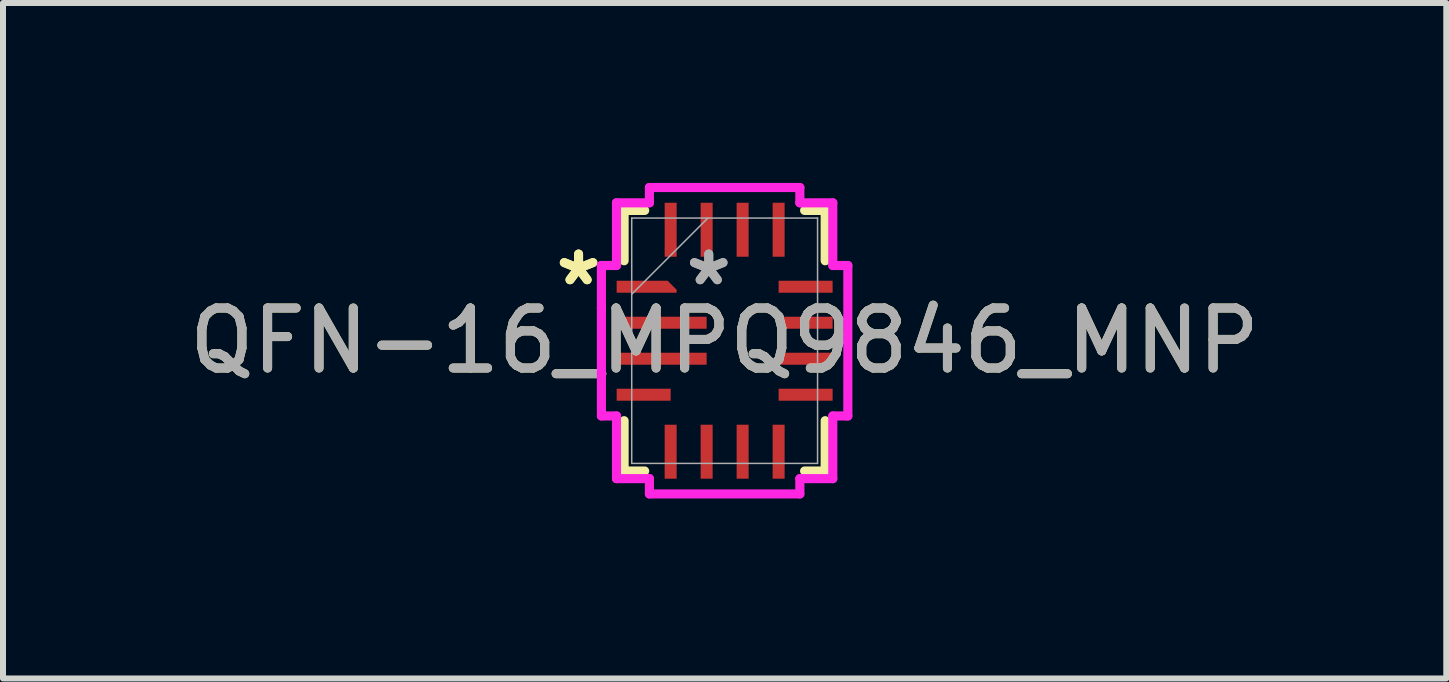
<source format=kicad_pcb>
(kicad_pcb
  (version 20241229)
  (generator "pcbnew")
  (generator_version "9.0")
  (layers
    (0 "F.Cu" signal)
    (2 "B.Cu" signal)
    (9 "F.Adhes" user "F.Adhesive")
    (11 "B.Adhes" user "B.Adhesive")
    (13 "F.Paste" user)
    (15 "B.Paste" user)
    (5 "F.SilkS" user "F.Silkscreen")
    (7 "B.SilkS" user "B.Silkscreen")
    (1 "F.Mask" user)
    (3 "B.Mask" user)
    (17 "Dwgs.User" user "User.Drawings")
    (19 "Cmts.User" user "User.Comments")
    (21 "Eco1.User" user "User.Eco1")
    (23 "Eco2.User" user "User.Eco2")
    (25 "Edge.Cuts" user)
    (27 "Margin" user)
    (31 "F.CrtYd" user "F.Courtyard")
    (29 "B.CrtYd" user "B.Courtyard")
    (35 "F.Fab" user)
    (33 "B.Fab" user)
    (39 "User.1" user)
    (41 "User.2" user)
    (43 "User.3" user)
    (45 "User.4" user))
  (footprint "QFN-16_MPQ9846_MNP"
    (layer "F.Cu")
    (at 9.03 2.63)
    (property "Reference" "QFN-16_MPQ9846_MNP" (at 0 0 0) (unlocked yes) (layer "F.SilkS") (effects (font (size 1 1) (thickness 0.15))))
    (attr smd)
    (fp_poly (pts (xy -1.8 -1) (xy -1.8 -0.8) (xy -0.8 -0.8) (xy -0.8 -0.85) (xy -0.95 -1)) (stroke (width 0) (type solid)) (fill yes) (layer "F.Cu"))
    (fp_poly (pts (xy -1.8 -1) (xy -1.8 -0.8) (xy -0.8 -0.8) (xy -0.8 -0.85) (xy -0.95 -1)) (stroke (width 0) (type solid)) (fill yes) (layer "F.Mask"))
    (fp_line (start -1.676 -2.172) (end -1.333 -2.172) (stroke (width 0.152) (type solid)) (layer "F.SilkS"))
    (fp_line (start -1.676 -1.333) (end -1.676 -2.172) (stroke (width 0.152) (type solid)) (layer "F.SilkS"))
    (fp_line (start -1.676 2.172) (end -1.676 1.333) (stroke (width 0.152) (type solid)) (layer "F.SilkS"))
    (fp_line (start -1.333 2.172) (end -1.676 2.172) (stroke (width 0.152) (type solid)) (layer "F.SilkS"))
    (fp_line (start 1.333 -2.172) (end 1.676 -2.172) (stroke (width 0.152) (type solid)) (layer "F.SilkS"))
    (fp_line (start 1.676 -2.172) (end 1.676 -1.333) (stroke (width 0.152) (type solid)) (layer "F.SilkS"))
    (fp_line (start 1.676 1.333) (end 1.676 2.172) (stroke (width 0.152) (type solid)) (layer "F.SilkS"))
    (fp_line (start 1.676 2.172) (end 1.333 2.172) (stroke (width 0.152) (type solid)) (layer "F.SilkS"))
    (fp_poly (pts (xy -1.8 -1) (xy -1.8 -0.8) (xy -0.8 -0.8) (xy -0.8 -0.85) (xy -0.95 -1)) (stroke (width 0) (type solid)) (fill yes) (layer "F.Paste"))
    (fp_line (start -2.054 -1.254) (end -2.054 -0.546) (stroke (width 0.152) (type solid)) (layer "F.CrtYd"))
    (fp_line (start -2.054 -0.546) (end -2.054 -0.546) (stroke (width 0.152) (type solid)) (layer "F.CrtYd"))
    (fp_line (start -2.054 -0.546) (end -2.054 0.546) (stroke (width 0.152) (type solid)) (layer "F.CrtYd"))
    (fp_line (start -2.054 0.546) (end -2.054 0.546) (stroke (width 0.152) (type solid)) (layer "F.CrtYd"))
    (fp_line (start -2.054 0.546) (end -2.054 1.254) (stroke (width 0.152) (type solid)) (layer "F.CrtYd"))
    (fp_line (start -2.054 1.254) (end -1.803 1.254) (stroke (width 0.152) (type solid)) (layer "F.CrtYd"))
    (fp_line (start -1.803 -2.299) (end -1.803 -1.254) (stroke (width 0.152) (type solid)) (layer "F.CrtYd"))
    (fp_line (start -1.803 -1.254) (end -2.054 -1.254) (stroke (width 0.152) (type solid)) (layer "F.CrtYd"))
    (fp_line (start -1.803 1.254) (end -1.803 2.299) (stroke (width 0.152) (type solid)) (layer "F.CrtYd"))
    (fp_line (start -1.803 2.299) (end -1.254 2.299) (stroke (width 0.152) (type solid)) (layer "F.CrtYd"))
    (fp_line (start -1.254 -2.554) (end -1.254 -2.299) (stroke (width 0.152) (type solid)) (layer "F.CrtYd"))
    (fp_line (start -1.254 -2.299) (end -1.803 -2.299) (stroke (width 0.152) (type solid)) (layer "F.CrtYd"))
    (fp_line (start -1.254 2.299) (end -1.254 2.554) (stroke (width 0.152) (type solid)) (layer "F.CrtYd"))
    (fp_line (start -1.254 2.554) (end 1.254 2.554) (stroke (width 0.152) (type solid)) (layer "F.CrtYd"))
    (fp_line (start 1.254 -2.554) (end -1.254 -2.554) (stroke (width 0.152) (type solid)) (layer "F.CrtYd"))
    (fp_line (start 1.254 -2.299) (end 1.254 -2.554) (stroke (width 0.152) (type solid)) (layer "F.CrtYd"))
    (fp_line (start 1.254 2.299) (end 1.803 2.299) (stroke (width 0.152) (type solid)) (layer "F.CrtYd"))
    (fp_line (start 1.254 2.554) (end 1.254 2.299) (stroke (width 0.152) (type solid)) (layer "F.CrtYd"))
    (fp_line (start 1.803 -2.299) (end 1.254 -2.299) (stroke (width 0.152) (type solid)) (layer "F.CrtYd"))
    (fp_line (start 1.803 -1.254) (end 1.803 -2.299) (stroke (width 0.152) (type solid)) (layer "F.CrtYd"))
    (fp_line (start 1.803 1.254) (end 2.054 1.254) (stroke (width 0.152) (type solid)) (layer "F.CrtYd"))
    (fp_line (start 1.803 2.299) (end 1.803 1.254) (stroke (width 0.152) (type solid)) (layer "F.CrtYd"))
    (fp_line (start 2.054 -1.254) (end 1.803 -1.254) (stroke (width 0.152) (type solid)) (layer "F.CrtYd"))
    (fp_line (start 2.054 1.254) (end 2.054 -1.254) (stroke (width 0.152) (type solid)) (layer "F.CrtYd"))
    (fp_line (start -1.549 -2.045) (end -1.549 2.045) (stroke (width 0.025) (type solid)) (layer "F.Fab"))
    (fp_line (start -1.549 -0.775) (end -0.279 -2.045) (stroke (width 0.025) (type solid)) (layer "F.Fab"))
    (fp_line (start -1.549 2.045) (end 1.549 2.045) (stroke (width 0.025) (type solid)) (layer "F.Fab"))
    (fp_line (start 1.549 -2.045) (end -1.549 -2.045) (stroke (width 0.025) (type solid)) (layer "F.Fab"))
    (fp_line (start 1.549 2.045) (end 1.549 -2.045) (stroke (width 0.025) (type solid)) (layer "F.Fab"))
    (fp_text user "*" (at -2.435 -0.9 0) (unlocked yes) (layer "F.SilkS") (effects (font (size 1 1) (thickness 0.15))))
    (fp_text user "*" (at -2.435 -0.9 0) (layer "F.SilkS") (effects (font (size 1 1) (thickness 0.15))))
    (fp_text user "${REFERENCE}" (at 0 0 0) (unlocked yes) (layer "F.Fab") (effects (font (size 1 1) (thickness 0.15))))
    (fp_text user "*" (at -0.265 -0.9 0) (layer "F.Fab") (effects (font (size 1 1) (thickness 0.15))))
    (fp_text user "*" (at -0.265 -0.9 0) (unlocked yes) (layer "F.Fab") (effects (font (size 1 1) (thickness 0.15))))
    (pad "1" smd rect (at -1.3 -0.9) (size 0.127 0.127) (layers "F.Cu" "F.Mask" "F.Paste"))
    (pad "2" smd rect (at -1.05 -0.3) (size 1.5 0.2) (layers "F.Cu" "F.Mask" "F.Paste"))
    (pad "3" smd rect (at -1.05 0.3) (size 1.5 0.2) (layers "F.Cu" "F.Mask" "F.Paste"))
    (pad "4" smd rect (at -1.35 0.9) (size 0.9 0.2) (layers "F.Cu" "F.Mask" "F.Paste"))
    (pad "5" smd rect (at -0.9 1.85 90) (size 0.9 0.2) (layers "F.Cu" "F.Mask" "F.Paste"))
    (pad "6" smd rect (at -0.3 1.85 90) (size 0.9 0.2) (layers "F.Cu" "F.Mask" "F.Paste"))
    (pad "7" smd rect (at 0.3 1.85 90) (size 0.9 0.2) (layers "F.Cu" "F.Mask" "F.Paste"))
    (pad "8" smd rect (at 0.9 1.85 90) (size 0.9 0.2) (layers "F.Cu" "F.Mask" "F.Paste"))
    (pad "9" smd rect (at 1.35 0.9) (size 0.9 0.2) (layers "F.Cu" "F.Mask" "F.Paste"))
    (pad "10" smd rect (at 1.35 0.3) (size 0.9 0.2) (layers "F.Cu" "F.Mask" "F.Paste"))
    (pad "11" smd rect (at 1.35 -0.3) (size 0.9 0.2) (layers "F.Cu" "F.Mask" "F.Paste"))
    (pad "12" smd rect (at 1.35 -0.9) (size 0.9 0.2) (layers "F.Cu" "F.Mask" "F.Paste"))
    (pad "13" smd rect (at 0.9 -1.85 90) (size 0.9 0.2) (layers "F.Cu" "F.Mask" "F.Paste"))
    (pad "14" smd rect (at 0.3 -1.85 90) (size 0.9 0.2) (layers "F.Cu" "F.Mask" "F.Paste"))
    (pad "15" smd rect (at -0.3 -1.85 90) (size 0.9 0.2) (layers "F.Cu" "F.Mask" "F.Paste"))
    (pad "16" smd rect (at -0.9 -1.85 90) (size 0.9 0.2) (layers "F.Cu" "F.Mask" "F.Paste")))
  (gr_rect
    (start -3 -3)
    (end 21.06 8.26)
    (stroke (width 0.1) (type default))
    (fill no)
    (layer "Edge.Cuts")))
</source>
